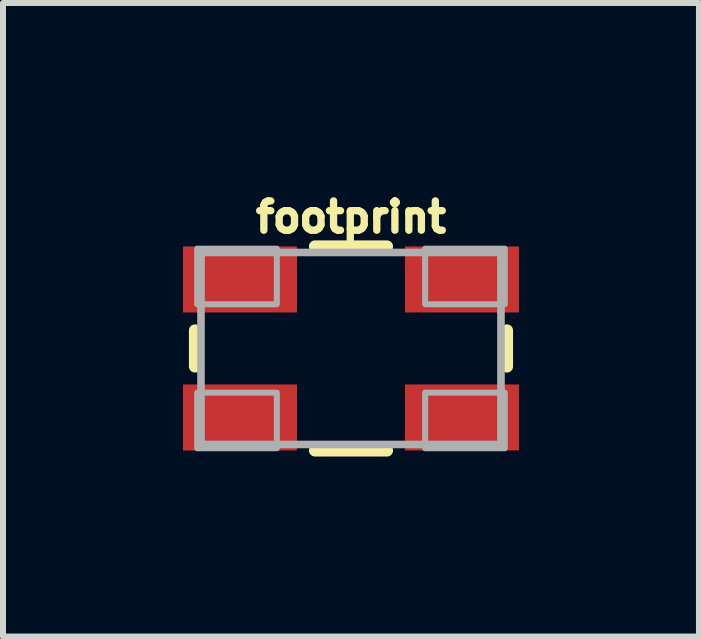
<source format=kicad_pcb>
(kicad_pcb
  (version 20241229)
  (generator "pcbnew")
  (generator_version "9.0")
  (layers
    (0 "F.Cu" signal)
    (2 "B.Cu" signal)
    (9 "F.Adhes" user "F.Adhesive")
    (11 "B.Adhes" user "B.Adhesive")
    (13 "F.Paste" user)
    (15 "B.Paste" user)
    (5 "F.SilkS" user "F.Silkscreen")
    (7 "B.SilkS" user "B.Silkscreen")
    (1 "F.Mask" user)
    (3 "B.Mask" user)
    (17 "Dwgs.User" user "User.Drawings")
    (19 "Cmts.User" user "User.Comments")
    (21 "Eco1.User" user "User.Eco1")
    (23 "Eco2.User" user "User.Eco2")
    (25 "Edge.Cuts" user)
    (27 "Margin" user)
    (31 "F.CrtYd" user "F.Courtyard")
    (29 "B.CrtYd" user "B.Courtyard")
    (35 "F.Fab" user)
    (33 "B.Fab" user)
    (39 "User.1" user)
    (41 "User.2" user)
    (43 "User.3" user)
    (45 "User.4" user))
  (footprint "footprint"
    (layer "F.Cu")
    (at 2.8 2.758)
    (property "Reference" "footprint" (at 0 -1.905 0) (layer "F.SilkS") (effects (font (size 0.488 0.488) (thickness 0.122)) (justify bottom)))
    (fp_line (start -2.6 -0.3) (end -2.6 0.3) (stroke (width 0.203) (type solid)) (layer "F.SilkS"))
    (fp_line (start -0.6 -1.7) (end 0.6 -1.7) (stroke (width 0.203) (type solid)) (layer "F.SilkS"))
    (fp_line (start 0.6 1.7) (end -0.6 1.7) (stroke (width 0.203) (type solid)) (layer "F.SilkS"))
    (fp_line (start 2.6 -0.3) (end 2.6 0.3) (stroke (width 0.203) (type solid)) (layer "F.SilkS"))
    (fp_line (start -2.5 -1.6) (end -2.5 1.6) (stroke (width 0.127) (type solid)) (layer "F.Fab"))
    (fp_line (start -2.5 1.6) (end 2.5 1.6) (stroke (width 0.127) (type solid)) (layer "F.Fab"))
    (fp_line (start 2.5 -1.6) (end -2.5 -1.6) (stroke (width 0.127) (type solid)) (layer "F.Fab"))
    (fp_line (start 2.5 1.6) (end 2.5 -1.6) (stroke (width 0.127) (type solid)) (layer "F.Fab"))
    (fp_poly (pts (xy -1.236 -0.737) (xy -2.563 -0.737) (xy -2.563 -1.663) (xy -1.236 -1.663)) (stroke (width 0.1) (type solid)) (fill no) (layer "F.Fab"))
    (fp_poly (pts (xy -1.236 1.663) (xy -2.563 1.663) (xy -2.563 0.737) (xy -1.236 0.737)) (stroke (width 0.1) (type solid)) (fill no) (layer "F.Fab"))
    (fp_poly (pts (xy 2.563 -0.737) (xy 1.236 -0.737) (xy 1.236 -1.663) (xy 2.563 -1.663)) (stroke (width 0.1) (type solid)) (fill no) (layer "F.Fab"))
    (fp_poly (pts (xy 2.563 1.663) (xy 1.236 1.663) (xy 1.236 0.737) (xy 2.563 0.737)) (stroke (width 0.1) (type solid)) (fill no) (layer "F.Fab"))
    (pad "1" smd rect (at -1.85 1.15) (size 1.9 1.1) (layers "F.Cu" "F.Mask" "F.Paste"))
    (pad "2" smd rect (at 1.85 1.15) (size 1.9 1.1) (layers "F.Cu" "F.Mask" "F.Paste"))
    (pad "3" smd rect (at 1.85 -1.15) (size 1.9 1.1) (layers "F.Cu" "F.Mask" "F.Paste"))
    (pad "4" smd rect (at -1.85 -1.15) (size 1.9 1.1) (layers "F.Cu" "F.Mask" "F.Paste")))
  (gr_rect
    (start -3 -3)
    (end 8.6 7.56)
    (stroke (width 0.1) (type default))
    (fill no)
    (layer "Edge.Cuts")))
</source>
